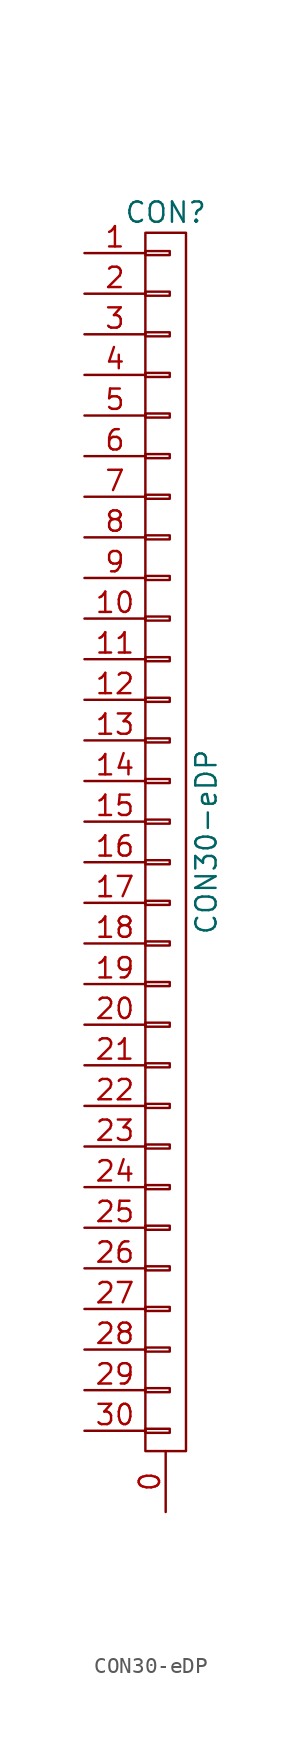
<source format=kicad_sym>
(kicad_symbol_lib
  (version 20211014)
  (generator kicad_symbol_editor)
  (symbol "CON30-eDP"
    (pin_names
      (offset 1.016) hide)
    (property "Reference" "CON"
      (at 0 40.64 0)
      (effects (font (size 1.27 1.27))))
    (property "Value" "CON30-eDP"
      (at 2.54 1.27 90)
      (effects (font (size 1.27 1.27))))
    (property "Footprint" ""
      (at 0 1.27 0)
      (effects (font (size 1.27 1.27))))
    (property "Datasheet" ""
      (at 0 1.27 0)
      (effects (font (size 1.27 1.27))))
    (symbol "CON30-eDP_0_1"
      (rectangle (start -1.27 -36.83) (end 1.27 39.37) (stroke (width 0) (type default) (color 0 0 0 0)) (fill (type none)))
      (rectangle (start -1.27 -35.433) (end 0.254 -35.687) (stroke (width 0) (type default) (color 0 0 0 0)) (fill (type none)))
      (rectangle (start -1.27 -32.893) (end 0.254 -33.147) (stroke (width 0) (type default) (color 0 0 0 0)) (fill (type none)))
      (rectangle (start -1.27 -30.353) (end 0.254 -30.607) (stroke (width 0) (type default) (color 0 0 0 0)) (fill (type none)))
      (rectangle (start -1.27 -27.813) (end 0.254 -28.067) (stroke (width 0) (type default) (color 0 0 0 0)) (fill (type none)))
      (rectangle (start -1.27 -25.273) (end 0.254 -25.527) (stroke (width 0) (type default) (color 0 0 0 0)) (fill (type none)))
      (rectangle (start -1.27 -22.733) (end 0.254 -22.987) (stroke (width 0) (type default) (color 0 0 0 0)) (fill (type none)))
      (rectangle (start -1.27 -20.193) (end 0.254 -20.447) (stroke (width 0) (type default) (color 0 0 0 0)) (fill (type none)))
      (rectangle (start -1.27 -17.653) (end 0.254 -17.907) (stroke (width 0) (type default) (color 0 0 0 0)) (fill (type none)))
      (rectangle (start -1.27 -15.113) (end 0.254 -15.367) (stroke (width 0) (type default) (color 0 0 0 0)) (fill (type none)))
      (rectangle (start -1.27 -12.573) (end 0.254 -12.827) (stroke (width 0) (type default) (color 0 0 0 0)) (fill (type none)))
      (rectangle (start -1.27 -10.033) (end 0.254 -10.287) (stroke (width 0) (type default) (color 0 0 0 0)) (fill (type none)))
      (rectangle (start -1.27 -7.493) (end 0.254 -7.747) (stroke (width 0) (type default) (color 0 0 0 0)) (fill (type none)))
      (rectangle (start -1.27 -4.953) (end 0.254 -5.207) (stroke (width 0) (type default) (color 0 0 0 0)) (fill (type none)))
      (rectangle (start -1.27 -2.413) (end 0.254 -2.667) (stroke (width 0) (type default) (color 0 0 0 0)) (fill (type none)))
      (rectangle (start -1.27 0.127) (end 0.254 -0.127) (stroke (width 0) (type default) (color 0 0 0 0)) (fill (type none)))
      (rectangle (start -1.27 2.667) (end 0.254 2.413) (stroke (width 0) (type default) (color 0 0 0 0)) (fill (type none)))
      (rectangle (start -1.27 5.207) (end 0.254 4.953) (stroke (width 0) (type default) (color 0 0 0 0)) (fill (type none)))
      (rectangle (start -1.27 7.747) (end 0.254 7.493) (stroke (width 0) (type default) (color 0 0 0 0)) (fill (type none)))
      (rectangle (start -1.27 10.287) (end 0.254 10.033) (stroke (width 0) (type default) (color 0 0 0 0)) (fill (type none)))
      (rectangle (start -1.27 12.827) (end 0.254 12.573) (stroke (width 0) (type default) (color 0 0 0 0)) (fill (type none)))
      (rectangle (start -1.27 15.367) (end 0.254 15.113) (stroke (width 0) (type default) (color 0 0 0 0)) (fill (type none)))
      (rectangle (start -1.27 17.907) (end 0.254 17.653) (stroke (width 0) (type default) (color 0 0 0 0)) (fill (type none)))
      (rectangle (start -1.27 20.447) (end 0.254 20.193) (stroke (width 0) (type default) (color 0 0 0 0)) (fill (type none)))
      (rectangle (start -1.27 22.987) (end 0.254 22.733) (stroke (width 0) (type default) (color 0 0 0 0)) (fill (type none)))
      (rectangle (start -1.27 25.527) (end 0.254 25.273) (stroke (width 0) (type default) (color 0 0 0 0)) (fill (type none)))
      (rectangle (start -1.27 28.067) (end 0.254 27.813) (stroke (width 0) (type default) (color 0 0 0 0)) (fill (type none)))
      (rectangle (start -1.27 30.607) (end 0.254 30.353) (stroke (width 0) (type default) (color 0 0 0 0)) (fill (type none)))
      (rectangle (start -1.27 33.147) (end 0.254 32.893) (stroke (width 0) (type default) (color 0 0 0 0)) (fill (type none)))
      (rectangle (start -1.27 35.687) (end 0.254 35.433) (stroke (width 0) (type default) (color 0 0 0 0)) (fill (type none)))
      (rectangle (start -1.27 38.227) (end 0.254 37.973) (stroke (width 0) (type default) (color 0 0 0 0)) (fill (type none))))
    (symbol "CON30-eDP_1_1"
      (pin passive line (at 0 -40.64 90) (length 3.81) (name "P0" (effects (font (size 1.27 1.27)))) (number "0" (effects (font (size 1.27 1.27)))))
      (pin passive line (at -5.08 38.1 0) (length 3.81) (name "P1" (effects (font (size 1.27 1.27)))) (number "1" (effects (font (size 1.27 1.27)))))
      (pin passive line (at -5.08 15.24 0) (length 3.81) (name "P10" (effects (font (size 1.27 1.27)))) (number "10" (effects (font (size 1.27 1.27)))))
      (pin passive line (at -5.08 12.7 0) (length 3.81) (name "P11" (effects (font (size 1.27 1.27)))) (number "11" (effects (font (size 1.27 1.27)))))
      (pin passive line (at -5.08 10.16 0) (length 3.81) (name "P12" (effects (font (size 1.27 1.27)))) (number "12" (effects (font (size 1.27 1.27)))))
      (pin passive line (at -5.08 7.62 0) (length 3.81) (name "P13" (effects (font (size 1.27 1.27)))) (number "13" (effects (font (size 1.27 1.27)))))
      (pin passive line (at -5.08 5.08 0) (length 3.81) (name "P14" (effects (font (size 1.27 1.27)))) (number "14" (effects (font (size 1.27 1.27)))))
      (pin passive line (at -5.08 2.54 0) (length 3.81) (name "P15" (effects (font (size 1.27 1.27)))) (number "15" (effects (font (size 1.27 1.27)))))
      (pin passive line (at -5.08 0 0) (length 3.81) (name "P16" (effects (font (size 1.27 1.27)))) (number "16" (effects (font (size 1.27 1.27)))))
      (pin passive line (at -5.08 -2.54 0) (length 3.81) (name "P17" (effects (font (size 1.27 1.27)))) (number "17" (effects (font (size 1.27 1.27)))))
      (pin passive line (at -5.08 -5.08 0) (length 3.81) (name "P18" (effects (font (size 1.27 1.27)))) (number "18" (effects (font (size 1.27 1.27)))))
      (pin passive line (at -5.08 -7.62 0) (length 3.81) (name "P19" (effects (font (size 1.27 1.27)))) (number "19" (effects (font (size 1.27 1.27)))))
      (pin passive line (at -5.08 35.56 0) (length 3.81) (name "P2" (effects (font (size 1.27 1.27)))) (number "2" (effects (font (size 1.27 1.27)))))
      (pin passive line (at -5.08 -10.16 0) (length 3.81) (name "P20" (effects (font (size 1.27 1.27)))) (number "20" (effects (font (size 1.27 1.27)))))
      (pin passive line (at -5.08 -12.7 0) (length 3.81) (name "P21" (effects (font (size 1.27 1.27)))) (number "21" (effects (font (size 1.27 1.27)))))
      (pin passive line (at -5.08 -15.24 0) (length 3.81) (name "P22" (effects (font (size 1.27 1.27)))) (number "22" (effects (font (size 1.27 1.27)))))
      (pin passive line (at -5.08 -17.78 0) (length 3.81) (name "P23" (effects (font (size 1.27 1.27)))) (number "23" (effects (font (size 1.27 1.27)))))
      (pin passive line (at -5.08 -20.32 0) (length 3.81) (name "P24" (effects (font (size 1.27 1.27)))) (number "24" (effects (font (size 1.27 1.27)))))
      (pin passive line (at -5.08 -22.86 0) (length 3.81) (name "P25" (effects (font (size 1.27 1.27)))) (number "25" (effects (font (size 1.27 1.27)))))
      (pin passive line (at -5.08 -25.4 0) (length 3.81) (name "P26" (effects (font (size 1.27 1.27)))) (number "26" (effects (font (size 1.27 1.27)))))
      (pin passive line (at -5.08 -27.94 0) (length 3.81) (name "P27" (effects (font (size 1.27 1.27)))) (number "27" (effects (font (size 1.27 1.27)))))
      (pin passive line (at -5.08 -30.48 0) (length 3.81) (name "P28" (effects (font (size 1.27 1.27)))) (number "28" (effects (font (size 1.27 1.27)))))
      (pin passive line (at -5.08 -33.02 0) (length 3.81) (name "P29" (effects (font (size 1.27 1.27)))) (number "29" (effects (font (size 1.27 1.27)))))
      (pin passive line (at -5.08 33.02 0) (length 3.81) (name "P3" (effects (font (size 1.27 1.27)))) (number "3" (effects (font (size 1.27 1.27)))))
      (pin passive line (at -5.08 -35.56 0) (length 3.81) (name "P30" (effects (font (size 1.27 1.27)))) (number "30" (effects (font (size 1.27 1.27)))))
      (pin passive line (at -5.08 30.48 0) (length 3.81) (name "P4" (effects (font (size 1.27 1.27)))) (number "4" (effects (font (size 1.27 1.27)))))
      (pin passive line (at -5.08 27.94 0) (length 3.81) (name "P5" (effects (font (size 1.27 1.27)))) (number "5" (effects (font (size 1.27 1.27)))))
      (pin passive line (at -5.08 25.4 0) (length 3.81) (name "P6" (effects (font (size 1.27 1.27)))) (number "6" (effects (font (size 1.27 1.27)))))
      (pin passive line (at -5.08 22.86 0) (length 3.81) (name "P7" (effects (font (size 1.27 1.27)))) (number "7" (effects (font (size 1.27 1.27)))))
      (pin passive line (at -5.08 20.32 0) (length 3.81) (name "P8" (effects (font (size 1.27 1.27)))) (number "8" (effects (font (size 1.27 1.27)))))
      (pin passive line (at -5.08 17.78 0) (length 3.81) (name "P9" (effects (font (size 1.27 1.27)))) (number "9" (effects (font (size 1.27 1.27))))))))
</source>
